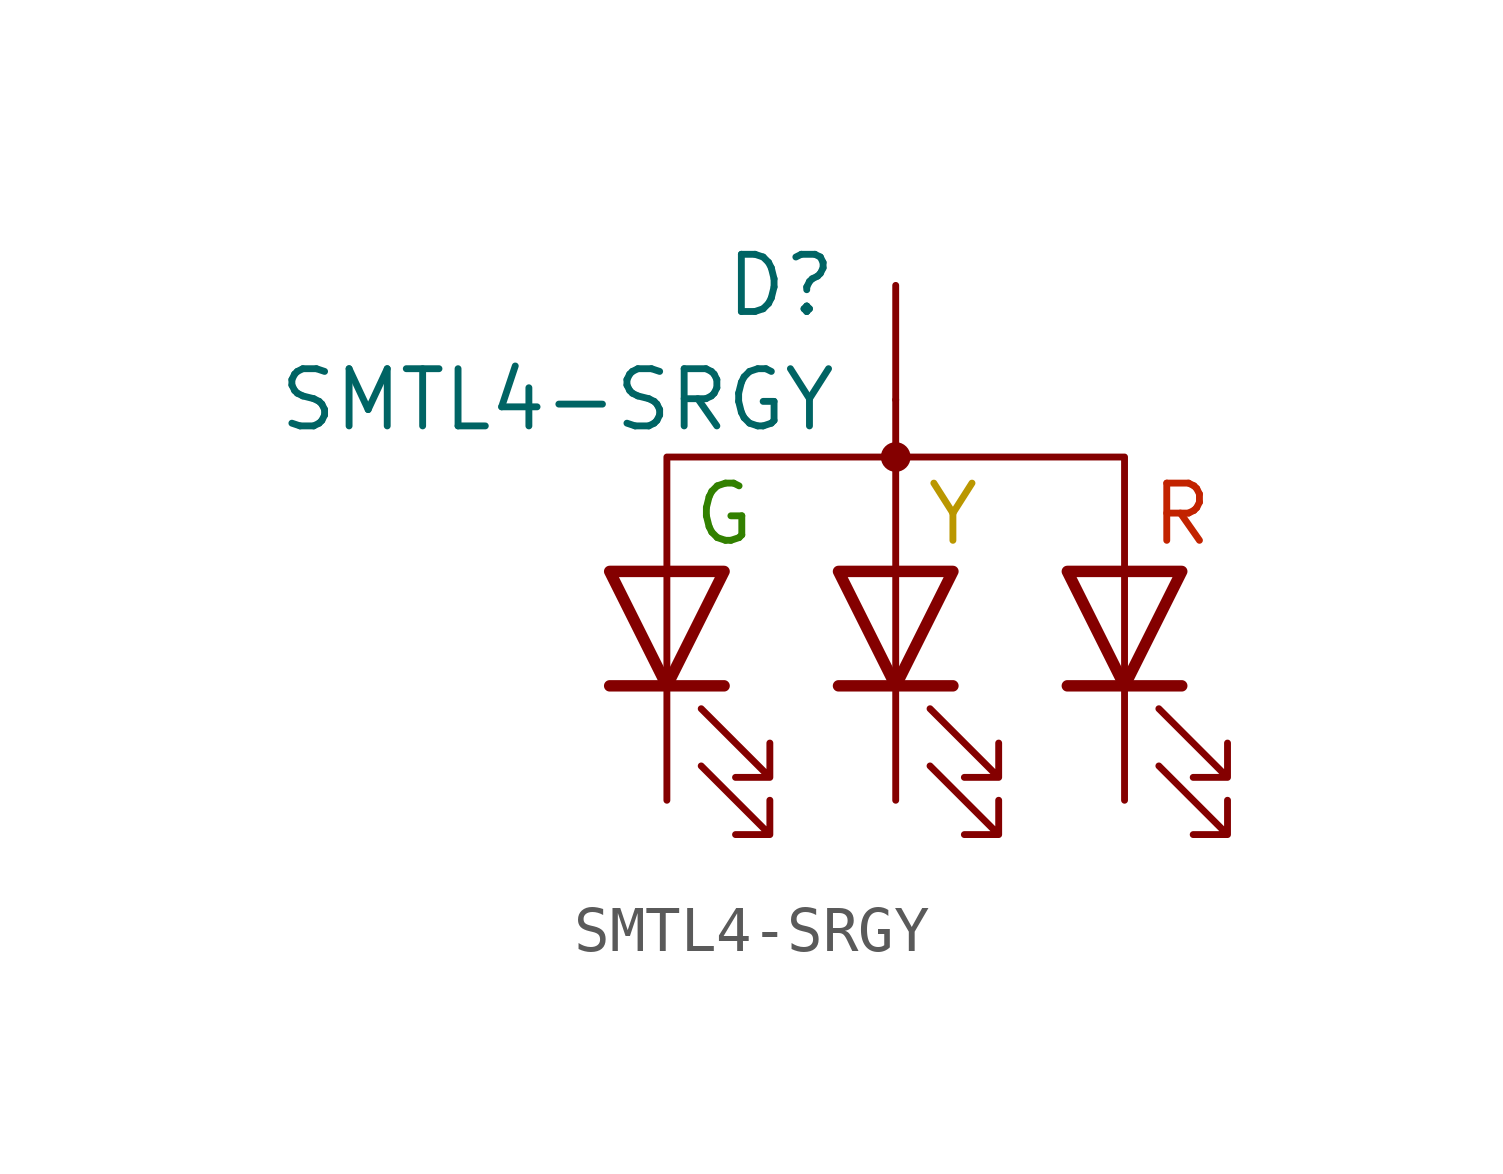
<source format=kicad_sym>
(kicad_symbol_lib
  (version 20220914)
  (generator kicad_symbol_editor)
  (symbol "SMTL4-SRGY"
    (pin_numbers hide)
    (pin_names
      (offset 0) hide)
    (property "Reference" "D"
      (at -1.27 7.62 0)
      (effects (font (size 1.27 1.27)) (justify right)))
    (property "Value" "SMTL4-SRGY"
      (at -1.27 5.08 0)
      (effects (font (size 1.27 1.27)) (justify right)))
    (symbol "SMTL4-SRGY_0_1"
      (polyline (pts (xy -5.08 -1.27) (xy -5.08 1.27)) (stroke (width 0) (type default)) (fill (type none)))
      (polyline (pts (xy -3.81 -1.27) (xy -6.35 -1.27)) (stroke (width 0.254) (type default)) (fill (type none)))
      (polyline (pts (xy 0 -1.27) (xy 0 1.27)) (stroke (width 0) (type default)) (fill (type none)))
      (polyline (pts (xy 0 1.27) (xy 0 5.08)) (stroke (width 0) (type default)) (fill (type none)))
      (polyline (pts (xy 1.27 -1.27) (xy -1.27 -1.27)) (stroke (width 0.254) (type default)) (fill (type none)))
      (polyline (pts (xy 5.08 -1.27) (xy 5.08 1.27)) (stroke (width 0) (type default)) (fill (type none)))
      (polyline (pts (xy 6.35 -1.27) (xy 3.81 -1.27)) (stroke (width 0.254) (type default)) (fill (type none)))
      (polyline (pts (xy -3.81 1.27) (xy -6.35 1.27) (xy -5.08 -1.27) (xy -3.81 1.27)) (stroke (width 0.254) (type default)) (fill (type none)))
      (polyline (pts (xy 1.27 1.27) (xy -1.27 1.27) (xy 0 -1.27) (xy 1.27 1.27)) (stroke (width 0.254) (type default)) (fill (type none)))
      (polyline (pts (xy 5.08 1.27) (xy 5.08 3.81) (xy -5.08 3.81) (xy -5.08 1.27)) (stroke (width 0) (type default)) (fill (type none)))
      (polyline (pts (xy 6.35 1.27) (xy 3.81 1.27) (xy 5.08 -1.27) (xy 6.35 1.27)) (stroke (width 0.254) (type default)) (fill (type none)))
      (polyline (pts (xy -4.318 -3.048) (xy -2.794 -4.572) (xy -2.794 -3.81) (xy -2.794 -4.572) (xy -3.556 -4.572)) (stroke (width 0) (type default)) (fill (type none)))
      (polyline (pts (xy -4.318 -1.778) (xy -2.794 -3.302) (xy -2.794 -2.54) (xy -2.794 -3.302) (xy -3.556 -3.302)) (stroke (width 0) (type default)) (fill (type none)))
      (polyline (pts (xy 0.762 -3.048) (xy 2.286 -4.572) (xy 2.286 -3.81) (xy 2.286 -4.572) (xy 1.524 -4.572)) (stroke (width 0) (type default)) (fill (type none)))
      (polyline (pts (xy 0.762 -1.778) (xy 2.286 -3.302) (xy 2.286 -2.54) (xy 2.286 -3.302) (xy 1.524 -3.302)) (stroke (width 0) (type default)) (fill (type none)))
      (polyline (pts (xy 5.842 -3.048) (xy 7.366 -4.572) (xy 7.366 -3.81) (xy 7.366 -4.572) (xy 6.604 -4.572)) (stroke (width 0) (type default)) (fill (type none)))
      (polyline (pts (xy 5.842 -1.778) (xy 7.366 -3.302) (xy 7.366 -2.54) (xy 7.366 -3.302) (xy 6.604 -3.302)) (stroke (width 0) (type default)) (fill (type none)))
      (circle (center 0 3.81) (radius 0.254) (stroke (width 0) (type default)) (fill (type outline))))
    (symbol "SMTL4-SRGY_1_1"
      (text "G" (at -3.81 2.54 0) (effects (font (size 1.27 1.27) (color 50 128 0 1))))
      (text "R" (at 6.35 2.54 0) (effects (font (size 1.27 1.27) (color 194 35 0 1))))
      (text "Y" (at 1.27 2.54 0) (effects (font (size 1.27 1.27) (color 186 151 0 1))))
      (pin passive line (at -5.08 -3.81 90) (length 2.54) (name "K1" (effects (font (size 1.27 1.27)))) (number "1" (effects (font (size 1.27 1.27)))))
      (pin passive line (at 0 -3.81 90) (length 2.54) (name "K2" (effects (font (size 1.27 1.27)))) (number "2" (effects (font (size 1.27 1.27)))))
      (pin passive line (at 5.08 -3.81 90) (length 2.54) (name "K3" (effects (font (size 1.27 1.27)))) (number "3" (effects (font (size 1.27 1.27)))))
      (pin passive line (at 0 7.62 270) (length 2.54) (name "A" (effects (font (size 1.27 1.27)))) (number "4" (effects (font (size 1.27 1.27))))))))
</source>
